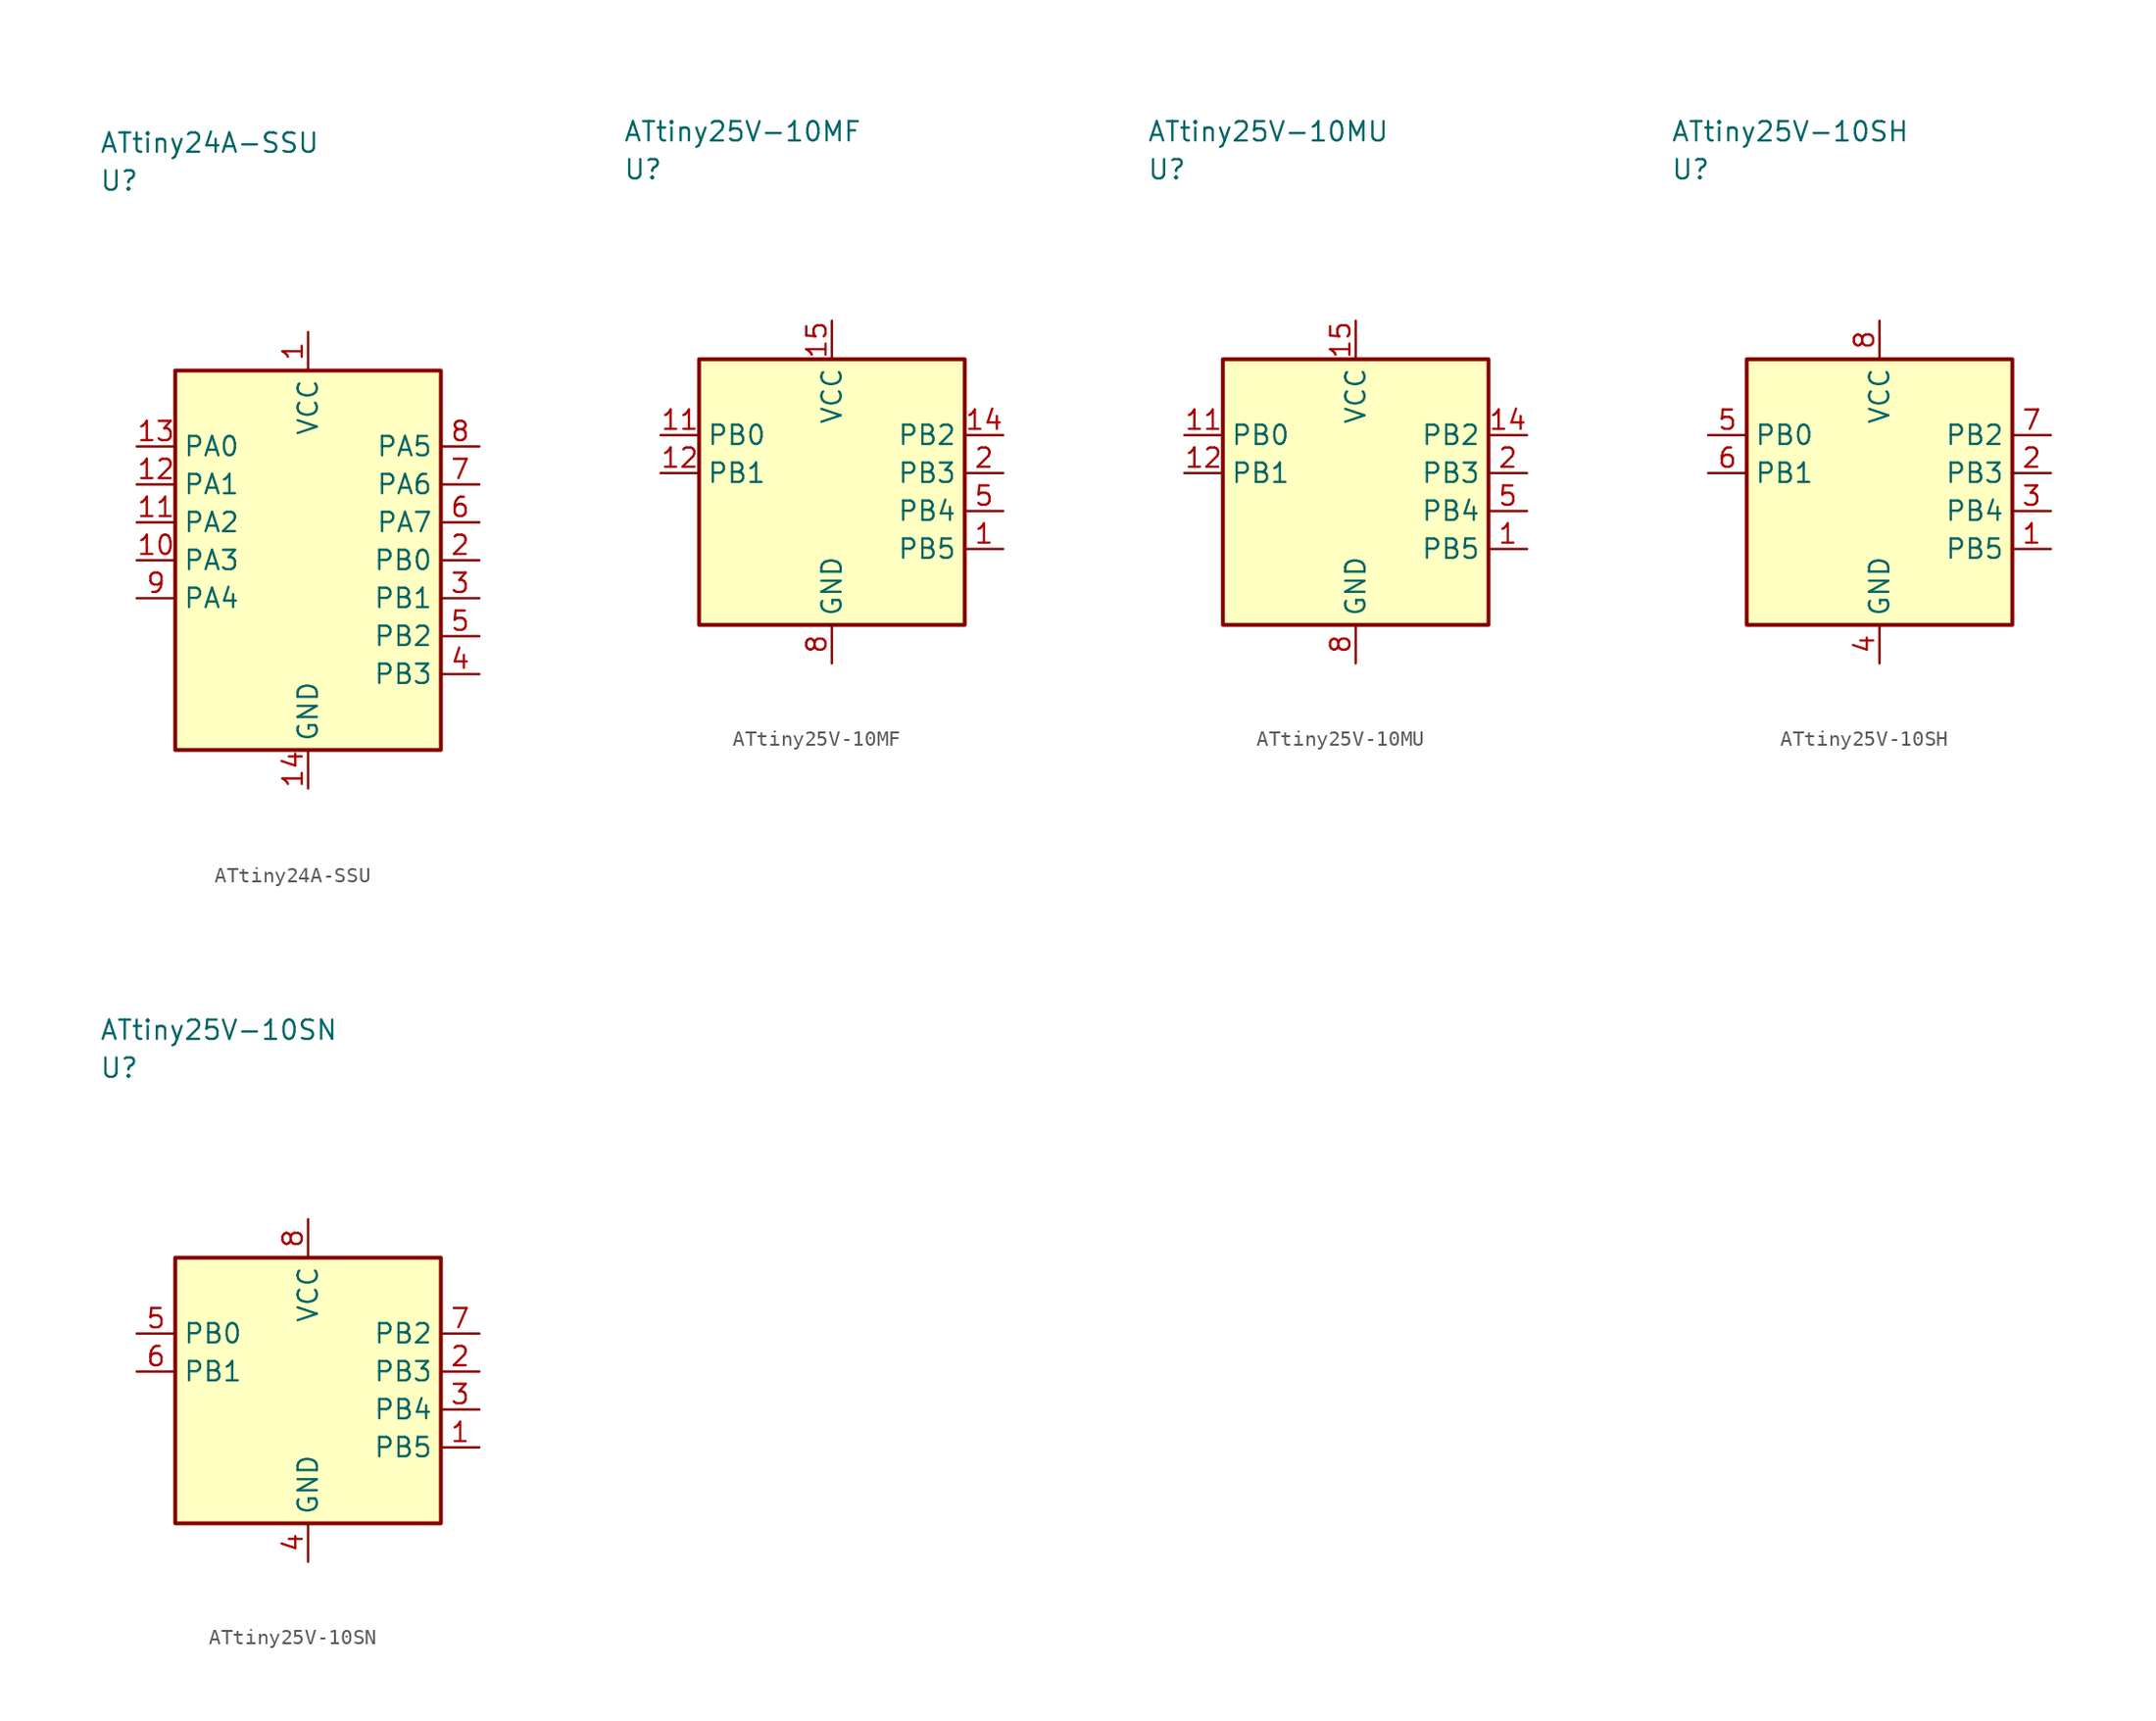
<source format=kicad_sym>
(kicad_symbol_lib
  (version 20241025)
  (generator "kicad_symbol_editor")
  (generator_version "8.0")
  (symbol "ATtiny24A-SSU"
    (property "Reference" "U"
      (at -13.75 25.0 0)
      (effects (font (size 1.27 1.27)) (justify left)))
    (property "Value" "ATtiny24A-SSU"
      (at -13.75 27.5 0)
      (effects (font (size 1.27 1.27)) (justify left)))
    (symbol "ATtiny24A-SSU_0_1"
      (rectangle (start -8.75 12.5) (end 8.75 -12.5) (stroke (width 0.254) (type default)) (fill (type background))))
    (symbol "ATtiny24A-SSU_1_1"
      (pin power_in line (at 0.0 15.04 270.0) (length 2.54) (name "VCC" (effects (font (size 1.27 1.27)))) (number "1" (effects (font (size 1.27 1.27)))))
      (pin bidirectional line (at 11.29 0.0 180.0) (length 2.54) (name "PB0" (effects (font (size 1.27 1.27)))) (number "2" (effects (font (size 1.27 1.27)))))
      (pin bidirectional line (at 11.29 -2.5 180.0) (length 2.54) (name "PB1" (effects (font (size 1.27 1.27)))) (number "3" (effects (font (size 1.27 1.27)))))
      (pin bidirectional line (at 11.29 -7.5 180.0) (length 2.54) (name "PB3" (effects (font (size 1.27 1.27)))) (number "4" (effects (font (size 1.27 1.27)))))
      (pin bidirectional line (at 11.29 -5.0 180.0) (length 2.54) (name "PB2" (effects (font (size 1.27 1.27)))) (number "5" (effects (font (size 1.27 1.27)))))
      (pin bidirectional line (at 11.29 2.5 180.0) (length 2.54) (name "PA7" (effects (font (size 1.27 1.27)))) (number "6" (effects (font (size 1.27 1.27)))))
      (pin bidirectional line (at 11.29 5.0 180.0) (length 2.54) (name "PA6" (effects (font (size 1.27 1.27)))) (number "7" (effects (font (size 1.27 1.27)))))
      (pin bidirectional line (at 11.29 7.5 180.0) (length 2.54) (name "PA5" (effects (font (size 1.27 1.27)))) (number "8" (effects (font (size 1.27 1.27)))))
      (pin bidirectional line (at -11.29 -2.5 0.0) (length 2.54) (name "PA4" (effects (font (size 1.27 1.27)))) (number "9" (effects (font (size 1.27 1.27)))))
      (pin bidirectional line (at -11.29 0.0 0.0) (length 2.54) (name "PA3" (effects (font (size 1.27 1.27)))) (number "10" (effects (font (size 1.27 1.27)))))
      (pin bidirectional line (at -11.29 2.5 0.0) (length 2.54) (name "PA2" (effects (font (size 1.27 1.27)))) (number "11" (effects (font (size 1.27 1.27)))))
      (pin bidirectional line (at -11.29 5.0 0.0) (length 2.54) (name "PA1" (effects (font (size 1.27 1.27)))) (number "12" (effects (font (size 1.27 1.27)))))
      (pin bidirectional line (at -11.29 7.5 0.0) (length 2.54) (name "PA0" (effects (font (size 1.27 1.27)))) (number "13" (effects (font (size 1.27 1.27)))))
      (pin passive line (at 0.0 -15.04 90.0) (length 2.54) (name "GND" (effects (font (size 1.27 1.27)))) (number "14" (effects (font (size 1.27 1.27)))))))
  (symbol "ATtiny25V-10MF"
    (property "Reference" "U"
      (at -13.75 21.25 0)
      (effects (font (size 1.27 1.27)) (justify left)))
    (property "Value" "ATtiny25V-10MF"
      (at -13.75 23.75 0)
      (effects (font (size 1.27 1.27)) (justify left)))
    (symbol "ATtiny25V-10MF_0_1"
      (rectangle (start -8.75 8.75) (end 8.75 -8.75) (stroke (width 0.254) (type default)) (fill (type background))))
    (symbol "ATtiny25V-10MF_1_1"
      (pin bidirectional line (at 11.29 -3.75 180.0) (length 2.54) (name "PB5" (effects (font (size 1.27 1.27)))) (number "1" (effects (font (size 1.27 1.27)))))
      (pin bidirectional line (at 11.29 1.25 180.0) (length 2.54) (name "PB3" (effects (font (size 1.27 1.27)))) (number "2" (effects (font (size 1.27 1.27)))))
      (pin bidirectional line (at 11.29 -1.25 180.0) (length 2.54) (name "PB4" (effects (font (size 1.27 1.27)))) (number "5" (effects (font (size 1.27 1.27)))))
      (pin passive line (at 0.0 -11.29 90.0) (length 2.54) (name "GND" (effects (font (size 1.27 1.27)))) (number "8" (effects (font (size 1.27 1.27)))))
      (pin bidirectional line (at -11.29 3.75 0.0) (length 2.54) (name "PB0" (effects (font (size 1.27 1.27)))) (number "11" (effects (font (size 1.27 1.27)))))
      (pin bidirectional line (at -11.29 1.25 0.0) (length 2.54) (name "PB1" (effects (font (size 1.27 1.27)))) (number "12" (effects (font (size 1.27 1.27)))))
      (pin bidirectional line (at 11.29 3.75 180.0) (length 2.54) (name "PB2" (effects (font (size 1.27 1.27)))) (number "14" (effects (font (size 1.27 1.27)))))
      (pin power_in line (at 0.0 11.29 270.0) (length 2.54) (name "VCC" (effects (font (size 1.27 1.27)))) (number "15" (effects (font (size 1.27 1.27)))))))
  (symbol "ATtiny25V-10MU"
    (property "Reference" "U"
      (at -13.75 21.25 0)
      (effects (font (size 1.27 1.27)) (justify left)))
    (property "Value" "ATtiny25V-10MU"
      (at -13.75 23.75 0)
      (effects (font (size 1.27 1.27)) (justify left)))
    (symbol "ATtiny25V-10MU_0_1"
      (rectangle (start -8.75 8.75) (end 8.75 -8.75) (stroke (width 0.254) (type default)) (fill (type background))))
    (symbol "ATtiny25V-10MU_1_1"
      (pin bidirectional line (at 11.29 -3.75 180.0) (length 2.54) (name "PB5" (effects (font (size 1.27 1.27)))) (number "1" (effects (font (size 1.27 1.27)))))
      (pin bidirectional line (at 11.29 1.25 180.0) (length 2.54) (name "PB3" (effects (font (size 1.27 1.27)))) (number "2" (effects (font (size 1.27 1.27)))))
      (pin bidirectional line (at 11.29 -1.25 180.0) (length 2.54) (name "PB4" (effects (font (size 1.27 1.27)))) (number "5" (effects (font (size 1.27 1.27)))))
      (pin passive line (at 0.0 -11.29 90.0) (length 2.54) (name "GND" (effects (font (size 1.27 1.27)))) (number "8" (effects (font (size 1.27 1.27)))))
      (pin bidirectional line (at -11.29 3.75 0.0) (length 2.54) (name "PB0" (effects (font (size 1.27 1.27)))) (number "11" (effects (font (size 1.27 1.27)))))
      (pin bidirectional line (at -11.29 1.25 0.0) (length 2.54) (name "PB1" (effects (font (size 1.27 1.27)))) (number "12" (effects (font (size 1.27 1.27)))))
      (pin bidirectional line (at 11.29 3.75 180.0) (length 2.54) (name "PB2" (effects (font (size 1.27 1.27)))) (number "14" (effects (font (size 1.27 1.27)))))
      (pin power_in line (at 0.0 11.29 270.0) (length 2.54) (name "VCC" (effects (font (size 1.27 1.27)))) (number "15" (effects (font (size 1.27 1.27)))))))
  (symbol "ATtiny25V-10SH"
    (property "Reference" "U"
      (at -13.75 21.25 0)
      (effects (font (size 1.27 1.27)) (justify left)))
    (property "Value" "ATtiny25V-10SH"
      (at -13.75 23.75 0)
      (effects (font (size 1.27 1.27)) (justify left)))
    (symbol "ATtiny25V-10SH_0_1"
      (rectangle (start -8.75 8.75) (end 8.75 -8.75) (stroke (width 0.254) (type default)) (fill (type background))))
    (symbol "ATtiny25V-10SH_1_1"
      (pin bidirectional line (at 11.29 -3.75 180.0) (length 2.54) (name "PB5" (effects (font (size 1.27 1.27)))) (number "1" (effects (font (size 1.27 1.27)))))
      (pin bidirectional line (at 11.29 1.25 180.0) (length 2.54) (name "PB3" (effects (font (size 1.27 1.27)))) (number "2" (effects (font (size 1.27 1.27)))))
      (pin bidirectional line (at 11.29 -1.25 180.0) (length 2.54) (name "PB4" (effects (font (size 1.27 1.27)))) (number "3" (effects (font (size 1.27 1.27)))))
      (pin passive line (at 0.0 -11.29 90.0) (length 2.54) (name "GND" (effects (font (size 1.27 1.27)))) (number "4" (effects (font (size 1.27 1.27)))))
      (pin bidirectional line (at -11.29 3.75 0.0) (length 2.54) (name "PB0" (effects (font (size 1.27 1.27)))) (number "5" (effects (font (size 1.27 1.27)))))
      (pin bidirectional line (at -11.29 1.25 0.0) (length 2.54) (name "PB1" (effects (font (size 1.27 1.27)))) (number "6" (effects (font (size 1.27 1.27)))))
      (pin bidirectional line (at 11.29 3.75 180.0) (length 2.54) (name "PB2" (effects (font (size 1.27 1.27)))) (number "7" (effects (font (size 1.27 1.27)))))
      (pin power_in line (at 0.0 11.29 270.0) (length 2.54) (name "VCC" (effects (font (size 1.27 1.27)))) (number "8" (effects (font (size 1.27 1.27)))))))
  (symbol "ATtiny25V-10SN"
    (property "Reference" "U"
      (at -13.75 21.25 0)
      (effects (font (size 1.27 1.27)) (justify left)))
    (property "Value" "ATtiny25V-10SN"
      (at -13.75 23.75 0)
      (effects (font (size 1.27 1.27)) (justify left)))
    (symbol "ATtiny25V-10SN_0_1"
      (rectangle (start -8.75 8.75) (end 8.75 -8.75) (stroke (width 0.254) (type default)) (fill (type background))))
    (symbol "ATtiny25V-10SN_1_1"
      (pin bidirectional line (at 11.29 -3.75 180.0) (length 2.54) (name "PB5" (effects (font (size 1.27 1.27)))) (number "1" (effects (font (size 1.27 1.27)))))
      (pin bidirectional line (at 11.29 1.25 180.0) (length 2.54) (name "PB3" (effects (font (size 1.27 1.27)))) (number "2" (effects (font (size 1.27 1.27)))))
      (pin bidirectional line (at 11.29 -1.25 180.0) (length 2.54) (name "PB4" (effects (font (size 1.27 1.27)))) (number "3" (effects (font (size 1.27 1.27)))))
      (pin passive line (at 0.0 -11.29 90.0) (length 2.54) (name "GND" (effects (font (size 1.27 1.27)))) (number "4" (effects (font (size 1.27 1.27)))))
      (pin bidirectional line (at -11.29 3.75 0.0) (length 2.54) (name "PB0" (effects (font (size 1.27 1.27)))) (number "5" (effects (font (size 1.27 1.27)))))
      (pin bidirectional line (at -11.29 1.25 0.0) (length 2.54) (name "PB1" (effects (font (size 1.27 1.27)))) (number "6" (effects (font (size 1.27 1.27)))))
      (pin bidirectional line (at 11.29 3.75 180.0) (length 2.54) (name "PB2" (effects (font (size 1.27 1.27)))) (number "7" (effects (font (size 1.27 1.27)))))
      (pin power_in line (at 0.0 11.29 270.0) (length 2.54) (name "VCC" (effects (font (size 1.27 1.27)))) (number "8" (effects (font (size 1.27 1.27))))))))
</source>
